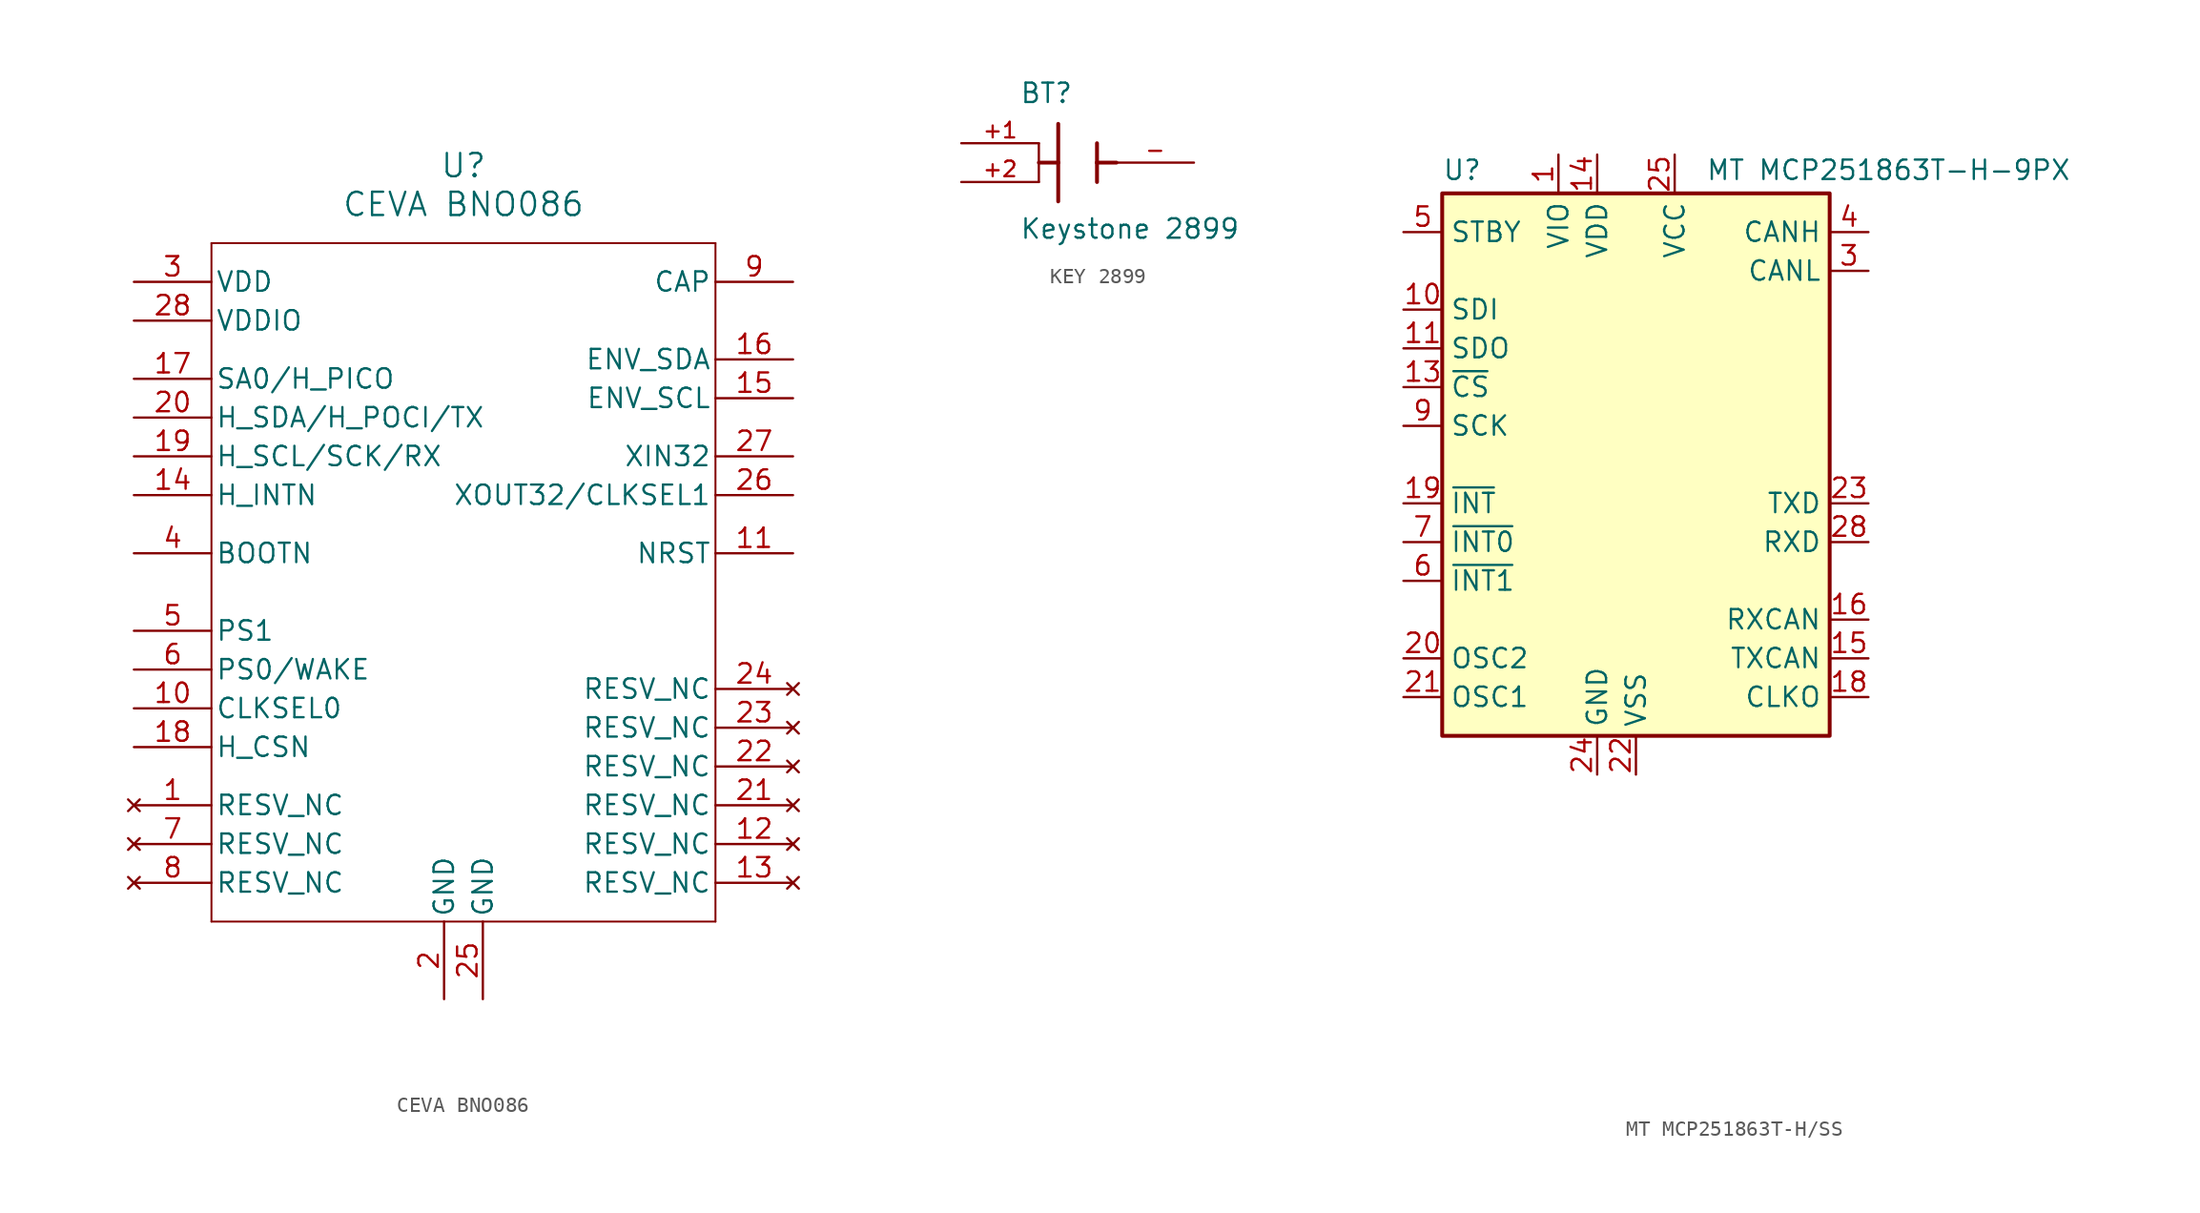
<source format=kicad_sym>
(kicad_symbol_lib
  (version 20231120)
  (generator "kicad_symbol_editor")
  (generator_version "8.0")
  (symbol "CEVA BNO086"
    (pin_names
      (offset 0.254))
    (property "Reference" "U"
      (at 0 25.4 0)
      (effects (font (size 1.524 1.524))))
    (property "Value" "CEVA BNO086"
      (at 0 22.86 0)
      (effects (font (size 1.524 1.524))))
    (symbol "CEVA BNO086_0_1"
      (polyline (pts (xy -16.51 -24.13) (xy 16.51 -24.13)) (stroke (width 0.127) (type default)) (fill (type none)))
      (polyline (pts (xy -16.51 20.32) (xy -16.51 -24.13)) (stroke (width 0.127) (type default)) (fill (type none)))
      (polyline (pts (xy 16.51 -24.13) (xy 16.51 20.32)) (stroke (width 0.127) (type default)) (fill (type none)))
      (polyline (pts (xy 16.51 20.32) (xy -16.51 20.32)) (stroke (width 0.127) (type default)) (fill (type none)))
      (pin no_connect line (at -21.59 -16.51 0) (length 5.08) (name "RESV_NC" (effects (font (size 1.27 1.27)))) (number "1" (effects (font (size 1.27 1.27)))))
      (pin input line (at -21.59 -10.16 0) (length 5.08) (name "CLKSEL0" (effects (font (size 1.27 1.27)))) (number "10" (effects (font (size 1.27 1.27)))))
      (pin input line (at 21.59 0 180) (length 5.08) (name "NRST" (effects (font (size 1.27 1.27)))) (number "11" (effects (font (size 1.27 1.27)))))
      (pin no_connect line (at 21.59 -19.05 180) (length 5.08) (name "RESV_NC" (effects (font (size 1.27 1.27)))) (number "12" (effects (font (size 1.27 1.27)))))
      (pin no_connect line (at 21.59 -21.59 180) (length 5.08) (name "RESV_NC" (effects (font (size 1.27 1.27)))) (number "13" (effects (font (size 1.27 1.27)))))
      (pin output line (at -21.59 3.81 0) (length 5.08) (name "H_INTN" (effects (font (size 1.27 1.27)))) (number "14" (effects (font (size 1.27 1.27)))))
      (pin bidirectional line (at 21.59 10.16 180) (length 5.08) (name "ENV_SCL" (effects (font (size 1.27 1.27)))) (number "15" (effects (font (size 1.27 1.27)))))
      (pin bidirectional line (at 21.59 12.7 180) (length 5.08) (name "ENV_SDA" (effects (font (size 1.27 1.27)))) (number "16" (effects (font (size 1.27 1.27)))))
      (pin input line (at -21.59 -12.7 0) (length 5.08) (name "H_CSN" (effects (font (size 1.27 1.27)))) (number "18" (effects (font (size 1.27 1.27)))))
      (pin bidirectional line (at -21.59 6.35 0) (length 5.08) (name "H_SCL/SCK/RX" (effects (font (size 1.27 1.27)))) (number "19" (effects (font (size 1.27 1.27)))))
      (pin power_out line (at -1.27 -29.21 90) (length 5.08) (name "GND" (effects (font (size 1.27 1.27)))) (number "2" (effects (font (size 1.27 1.27)))))
      (pin no_connect line (at 21.59 -16.51 180) (length 5.08) (name "RESV_NC" (effects (font (size 1.27 1.27)))) (number "21" (effects (font (size 1.27 1.27)))))
      (pin no_connect line (at 21.59 -13.97 180) (length 5.08) (name "RESV_NC" (effects (font (size 1.27 1.27)))) (number "22" (effects (font (size 1.27 1.27)))))
      (pin no_connect line (at 21.59 -11.43 180) (length 5.08) (name "RESV_NC" (effects (font (size 1.27 1.27)))) (number "23" (effects (font (size 1.27 1.27)))))
      (pin no_connect line (at 21.59 -8.89 180) (length 5.08) (name "RESV_NC" (effects (font (size 1.27 1.27)))) (number "24" (effects (font (size 1.27 1.27)))))
      (pin power_out line (at 1.27 -29.21 90) (length 5.08) (name "GND" (effects (font (size 1.27 1.27)))) (number "25" (effects (font (size 1.27 1.27)))))
      (pin output line (at 21.59 3.81 180) (length 5.08) (name "XOUT32/CLKSEL1" (effects (font (size 1.27 1.27)))) (number "26" (effects (font (size 1.27 1.27)))))
      (pin input line (at 21.59 6.35 180) (length 5.08) (name "XIN32" (effects (font (size 1.27 1.27)))) (number "27" (effects (font (size 1.27 1.27)))))
      (pin power_in line (at -21.59 15.24 0) (length 5.08) (name "VDDIO" (effects (font (size 1.27 1.27)))) (number "28" (effects (font (size 1.27 1.27)))))
      (pin power_in line (at -21.59 17.78 0) (length 5.08) (name "VDD" (effects (font (size 1.27 1.27)))) (number "3" (effects (font (size 1.27 1.27)))))
      (pin input line (at -21.59 0 0) (length 5.08) (name "BOOTN" (effects (font (size 1.27 1.27)))) (number "4" (effects (font (size 1.27 1.27)))))
      (pin input line (at -21.59 -5.08 0) (length 5.08) (name "PS1" (effects (font (size 1.27 1.27)))) (number "5" (effects (font (size 1.27 1.27)))))
      (pin input line (at -21.59 -7.62 0) (length 5.08) (name "PS0/WAKE" (effects (font (size 1.27 1.27)))) (number "6" (effects (font (size 1.27 1.27)))))
      (pin no_connect line (at -21.59 -19.05 0) (length 5.08) (name "RESV_NC" (effects (font (size 1.27 1.27)))) (number "7" (effects (font (size 1.27 1.27)))))
      (pin no_connect line (at -21.59 -21.59 0) (length 5.08) (name "RESV_NC" (effects (font (size 1.27 1.27)))) (number "8" (effects (font (size 1.27 1.27)))))
      (pin power_in line (at 21.59 17.78 180) (length 5.08) (name "CAP" (effects (font (size 1.27 1.27)))) (number "9" (effects (font (size 1.27 1.27))))))
    (symbol "CEVA BNO086_1_1"
      (pin input line (at -21.59 11.43 0) (length 5.08) (name "SA0/H_PICO" (effects (font (size 1.27 1.27)))) (number "17" (effects (font (size 1.27 1.27)))))
      (pin bidirectional line (at -21.59 8.89 0) (length 5.08) (name "H_SDA/H_POCI/TX" (effects (font (size 1.27 1.27)))) (number "20" (effects (font (size 1.27 1.27)))))))
  (symbol "KEY 2899"
    (pin_names
      (offset 1.016))
    (property "Reference" "BT"
      (at -3.81 3.81 0)
      (effects (font (size 1.27 1.27)) (justify left bottom)))
    (property "Value" "Keystone 2899"
      (at -3.81 -5.08 0)
      (effects (font (size 1.27 1.27)) (justify left bottom)))
    (symbol "KEY 2899_0_0"
      (polyline (pts (xy -1.27 0) (xy -2.54 0)) (stroke (width 0.254) (type default)) (fill (type none)))
      (polyline (pts (xy -1.27 0) (xy -1.27 -2.54)) (stroke (width 0.254) (type default)) (fill (type none)))
      (polyline (pts (xy -1.27 2.54) (xy -1.27 0)) (stroke (width 0.254) (type default)) (fill (type none)))
      (polyline (pts (xy 1.27 0) (xy 1.27 -1.27)) (stroke (width 0.254) (type default)) (fill (type none)))
      (polyline (pts (xy 1.27 0) (xy 2.54 0)) (stroke (width 0.254) (type default)) (fill (type none)))
      (polyline (pts (xy 1.27 1.27) (xy 1.27 0)) (stroke (width 0.254) (type default)) (fill (type none))))
    (symbol "KEY 2899_0_1"
      (polyline (pts (xy -2.54 -1.27) (xy -2.54 1.27)) (stroke (width 0) (type default)) (fill (type none))))
    (symbol "KEY 2899_1_0"
      (pin passive line (at -7.62 1.27 0) (length 5.08) (name "~" (effects (font (size 1.016 1.016)))) (number "+1" (effects (font (size 1.016 1.016)))))
      (pin passive line (at -7.62 -1.27 0) (length 5.08) (name "~" (effects (font (size 1.016 1.016)))) (number "+2" (effects (font (size 1.016 1.016)))))
      (pin passive line (at 7.62 0 180) (length 5.08) (name "~" (effects (font (size 1.016 1.016)))) (number "-" (effects (font (size 1.016 1.016)))))))
  (symbol "MT MCP251863T-H/SS"
    (property "Reference" "U"
      (at -12.7 19.304 0)
      (effects (font (size 1.27 1.27)) (justify left)))
    (property "Value" "MT MCP251863T-H-9PX"
      (at 4.572 19.304 0)
      (effects (font (size 1.27 1.27)) (justify left)))
    (symbol "MT MCP251863T-H/SS_0_1"
      (rectangle (start -12.7 17.78) (end 12.7 -17.78) (stroke (width 0.254) (type default)) (fill (type background))))
    (symbol "MT MCP251863T-H/SS_1_1"
      (pin power_in line (at -5.08 20.32 270) (length 2.54) (name "VIO" (effects (font (size 1.27 1.27)))) (number "1" (effects (font (size 1.27 1.27)))))
      (pin input line (at -15.24 10.16 0) (length 2.54) (name "SDI" (effects (font (size 1.27 1.27)))) (number "10" (effects (font (size 1.27 1.27)))))
      (pin output line (at -15.24 7.62 0) (length 2.54) (name "SDO" (effects (font (size 1.27 1.27)))) (number "11" (effects (font (size 1.27 1.27)))))
      (pin no_connect line (at 0 -36.83 90) (length 2.54) hide (name "NC" (effects (font (size 1.27 1.27)))) (number "12" (effects (font (size 1.27 1.27)))))
      (pin input line (at -15.24 5.08 0) (length 2.54) (name "~{CS}" (effects (font (size 1.27 1.27)))) (number "13" (effects (font (size 1.27 1.27)))))
      (pin power_in line (at -2.54 20.32 270) (length 2.54) (name "VDD" (effects (font (size 1.27 1.27)))) (number "14" (effects (font (size 1.27 1.27)))))
      (pin output line (at 15.24 -12.7 180) (length 2.54) (name "TXCAN" (effects (font (size 1.27 1.27)))) (number "15" (effects (font (size 1.27 1.27)))))
      (pin input line (at 15.24 -10.16 180) (length 2.54) (name "RXCAN" (effects (font (size 1.27 1.27)))) (number "16" (effects (font (size 1.27 1.27)))))
      (pin no_connect line (at 2.54 -36.83 90) (length 2.54) hide (name "NC" (effects (font (size 1.27 1.27)))) (number "17" (effects (font (size 1.27 1.27)))))
      (pin output line (at 15.24 -15.24 180) (length 2.54) (name "CLKO" (effects (font (size 1.27 1.27)))) (number "18" (effects (font (size 1.27 1.27)))) (alternate "SOF" output line))
      (pin output line (at -15.24 -2.54 0) (length 2.54) (name "~{INT}" (effects (font (size 1.27 1.27)))) (number "19" (effects (font (size 1.27 1.27)))))
      (pin no_connect line (at -5.08 -36.83 90) (length 2.54) hide (name "NC" (effects (font (size 1.27 1.27)))) (number "2" (effects (font (size 1.27 1.27)))))
      (pin output line (at -15.24 -12.7 0) (length 2.54) (name "OSC2" (effects (font (size 1.27 1.27)))) (number "20" (effects (font (size 1.27 1.27)))))
      (pin input line (at -15.24 -15.24 0) (length 2.54) (name "OSC1" (effects (font (size 1.27 1.27)))) (number "21" (effects (font (size 1.27 1.27)))))
      (pin power_in line (at 0 -20.32 90) (length 2.54) (name "VSS" (effects (font (size 1.27 1.27)))) (number "22" (effects (font (size 1.27 1.27)))))
      (pin output line (at 15.24 -2.54 180) (length 2.54) (name "TXD" (effects (font (size 1.27 1.27)))) (number "23" (effects (font (size 1.27 1.27)))))
      (pin power_in line (at -2.54 -20.32 90) (length 2.54) (name "GND" (effects (font (size 1.27 1.27)))) (number "24" (effects (font (size 1.27 1.27)))))
      (pin power_in line (at 2.54 20.32 270) (length 2.54) (name "VCC" (effects (font (size 1.27 1.27)))) (number "25" (effects (font (size 1.27 1.27)))))
      (pin no_connect line (at 5.08 -36.83 90) (length 2.54) hide (name "NC" (effects (font (size 1.27 1.27)))) (number "26" (effects (font (size 1.27 1.27)))))
      (pin no_connect line (at 7.62 -36.83 90) (length 2.54) hide (name "NC" (effects (font (size 1.27 1.27)))) (number "27" (effects (font (size 1.27 1.27)))))
      (pin output line (at 15.24 -5.08 180) (length 2.54) (name "RXD" (effects (font (size 1.27 1.27)))) (number "28" (effects (font (size 1.27 1.27)))))
      (pin bidirectional line (at 15.24 12.7 180) (length 2.54) (name "CANL" (effects (font (size 1.27 1.27)))) (number "3" (effects (font (size 1.27 1.27)))))
      (pin bidirectional line (at 15.24 15.24 180) (length 2.54) (name "CANH" (effects (font (size 1.27 1.27)))) (number "4" (effects (font (size 1.27 1.27)))))
      (pin input line (at -15.24 15.24 0) (length 2.54) (name "STBY" (effects (font (size 1.27 1.27)))) (number "5" (effects (font (size 1.27 1.27)))))
      (pin output line (at -15.24 -7.62 0) (length 2.54) (name "~{INT1}" (effects (font (size 1.27 1.27)))) (number "6" (effects (font (size 1.27 1.27)))) (alternate "GPIO1" bidirectional line))
      (pin output line (at -15.24 -5.08 0) (length 2.54) (name "~{INT0}" (effects (font (size 1.27 1.27)))) (number "7" (effects (font (size 1.27 1.27)))) (alternate "GPIO0" bidirectional line) (alternate "XSTBY" input line))
      (pin no_connect line (at -2.54 -36.83 90) (length 2.54) hide (name "NC" (effects (font (size 1.27 1.27)))) (number "8" (effects (font (size 1.27 1.27)))))
      (pin input line (at -15.24 2.54 0) (length 2.54) (name "SCK" (effects (font (size 1.27 1.27)))) (number "9" (effects (font (size 1.27 1.27))))))))
</source>
